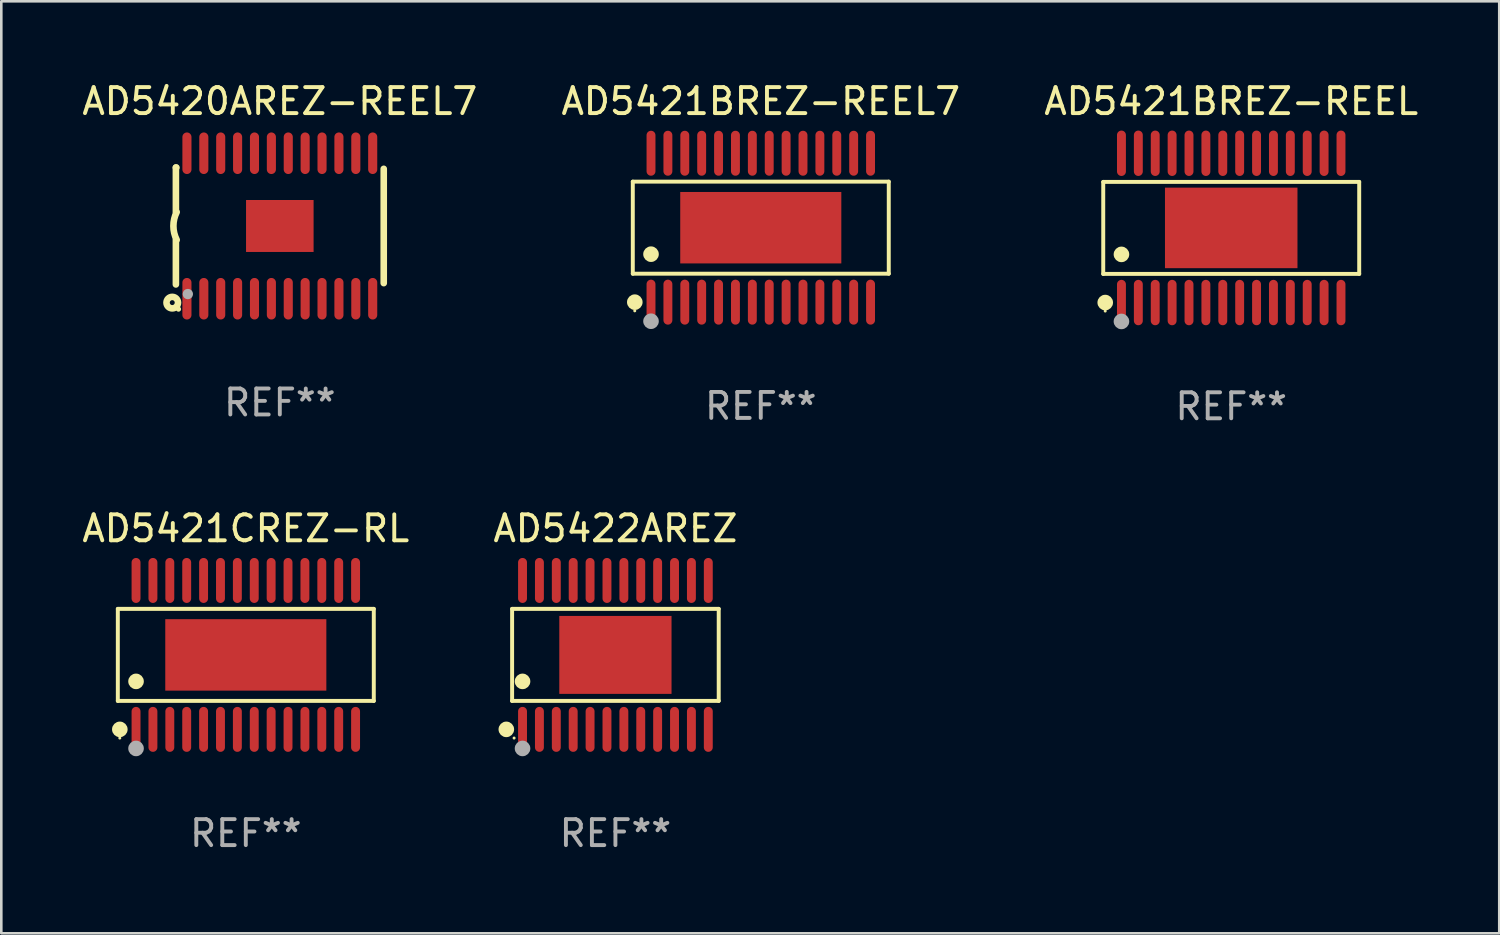
<source format=kicad_pcb>
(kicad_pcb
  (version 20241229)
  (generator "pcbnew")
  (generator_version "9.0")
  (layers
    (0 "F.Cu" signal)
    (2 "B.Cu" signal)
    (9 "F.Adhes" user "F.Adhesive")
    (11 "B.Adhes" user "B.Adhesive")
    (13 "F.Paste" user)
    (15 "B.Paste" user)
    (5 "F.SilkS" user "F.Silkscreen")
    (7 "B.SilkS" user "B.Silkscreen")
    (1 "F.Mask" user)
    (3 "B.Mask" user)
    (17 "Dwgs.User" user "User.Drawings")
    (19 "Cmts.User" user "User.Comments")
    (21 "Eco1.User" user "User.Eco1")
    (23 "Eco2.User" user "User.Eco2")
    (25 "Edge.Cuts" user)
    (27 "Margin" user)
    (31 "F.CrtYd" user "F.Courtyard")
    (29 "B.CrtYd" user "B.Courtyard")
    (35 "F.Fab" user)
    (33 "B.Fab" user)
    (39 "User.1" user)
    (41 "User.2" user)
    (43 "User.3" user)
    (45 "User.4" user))
  (footprint "AD5421BREZ-REEL7"
    (layer "F.Cu")
    (at 26.232 5.714)
    (property "Reference" "AD5421BREZ-REEL7" (at 0 -4.866 0) (layer "F.SilkS") (effects (font (size 1 1) (thickness 0.15))))
    (attr through_hole)
    (fp_line (start -4.926 -1.772) (end 4.926 -1.772) (stroke (width 0.152) (type solid)) (layer "F.SilkS"))
    (fp_line (start -4.926 1.771) (end -4.926 -1.772) (stroke (width 0.152) (type solid)) (layer "F.SilkS"))
    (fp_line (start 4.926 -1.772) (end 4.926 1.771) (stroke (width 0.152) (type solid)) (layer "F.SilkS"))
    (fp_line (start 4.926 1.771) (end -4.926 1.771) (stroke (width 0.152) (type solid)) (layer "F.SilkS"))
    (fp_circle (center -4.85 3.2) (end -4.82 3.2) (stroke (width 0.06) (type solid)) (fill no) (layer "F.SilkS"))
    (fp_circle (center -4.849 2.866) (end -4.699 2.866) (stroke (width 0.3) (type solid)) (fill no) (layer "F.SilkS"))
    (fp_circle (center -4.225 1.019) (end -4.075 1.019) (stroke (width 0.3) (type solid)) (fill no) (layer "F.SilkS"))
    (fp_circle (center -4.225 3.6) (end -4.075 3.6) (stroke (width 0.3) (type solid)) (fill no) (layer "F.Fab"))
    (fp_text user "REF**" (at 0 6.866 0) (layer "F.Fab") (effects (font (size 1 1) (thickness 0.15))))
    (pad "1" smd oval (at -4.225 2.866) (size 0.343 1.731) (layers "F.Cu" "F.Mask" "F.Paste"))
    (pad "2" smd oval (at -3.575 2.866) (size 0.343 1.731) (layers "F.Cu" "F.Mask" "F.Paste"))
    (pad "3" smd oval (at -2.925 2.866) (size 0.343 1.731) (layers "F.Cu" "F.Mask" "F.Paste"))
    (pad "4" smd oval (at -2.275 2.866) (size 0.343 1.731) (layers "F.Cu" "F.Mask" "F.Paste"))
    (pad "5" smd oval (at -1.625 2.866) (size 0.343 1.731) (layers "F.Cu" "F.Mask" "F.Paste"))
    (pad "6" smd oval (at -0.975 2.866) (size 0.343 1.731) (layers "F.Cu" "F.Mask" "F.Paste"))
    (pad "7" smd oval (at -0.325 2.866) (size 0.343 1.731) (layers "F.Cu" "F.Mask" "F.Paste"))
    (pad "8" smd oval (at 0.325 2.866) (size 0.343 1.731) (layers "F.Cu" "F.Mask" "F.Paste"))
    (pad "9" smd oval (at 0.975 2.866) (size 0.343 1.731) (layers "F.Cu" "F.Mask" "F.Paste"))
    (pad "10" smd oval (at 1.625 2.866) (size 0.343 1.731) (layers "F.Cu" "F.Mask" "F.Paste"))
    (pad "11" smd oval (at 2.275 2.866) (size 0.343 1.731) (layers "F.Cu" "F.Mask" "F.Paste"))
    (pad "12" smd oval (at 2.925 2.866) (size 0.343 1.731) (layers "F.Cu" "F.Mask" "F.Paste"))
    (pad "13" smd oval (at 3.575 2.866) (size 0.343 1.731) (layers "F.Cu" "F.Mask" "F.Paste"))
    (pad "14" smd oval (at 4.225 2.866) (size 0.343 1.731) (layers "F.Cu" "F.Mask" "F.Paste"))
    (pad "15" smd oval (at 4.225 -2.866) (size 0.343 1.731) (layers "F.Cu" "F.Mask" "F.Paste"))
    (pad "16" smd oval (at 3.575 -2.866) (size 0.343 1.731) (layers "F.Cu" "F.Mask" "F.Paste"))
    (pad "17" smd oval (at 2.925 -2.866) (size 0.343 1.731) (layers "F.Cu" "F.Mask" "F.Paste"))
    (pad "18" smd oval (at 2.275 -2.866) (size 0.343 1.731) (layers "F.Cu" "F.Mask" "F.Paste"))
    (pad "19" smd oval (at 1.625 -2.866) (size 0.343 1.731) (layers "F.Cu" "F.Mask" "F.Paste"))
    (pad "20" smd oval (at 0.975 -2.866) (size 0.343 1.731) (layers "F.Cu" "F.Mask" "F.Paste"))
    (pad "21" smd oval (at 0.325 -2.866) (size 0.343 1.731) (layers "F.Cu" "F.Mask" "F.Paste"))
    (pad "22" smd oval (at -0.325 -2.866) (size 0.343 1.731) (layers "F.Cu" "F.Mask" "F.Paste"))
    (pad "23" smd oval (at -0.975 -2.866) (size 0.343 1.731) (layers "F.Cu" "F.Mask" "F.Paste"))
    (pad "24" smd oval (at -1.625 -2.866) (size 0.343 1.731) (layers "F.Cu" "F.Mask" "F.Paste"))
    (pad "25" smd oval (at -2.275 -2.866) (size 0.343 1.731) (layers "F.Cu" "F.Mask" "F.Paste"))
    (pad "26" smd oval (at -2.925 -2.866) (size 0.343 1.731) (layers "F.Cu" "F.Mask" "F.Paste"))
    (pad "27" smd oval (at -3.575 -2.866) (size 0.343 1.731) (layers "F.Cu" "F.Mask" "F.Paste"))
    (pad "28" smd oval (at -4.225 -2.866) (size 0.343 1.731) (layers "F.Cu" "F.Mask" "F.Paste"))
    (pad "29" smd rect (at 0 -0.000127) (size 6.2 2.75) (layers "F.Cu" "F.Mask" "F.Paste")))
  (footprint "AD5422AREZ"
    (layer "F.Cu")
    (at 20.637 22.157)
    (property "Reference" "AD5422AREZ" (at 0 -4.866 0) (layer "F.SilkS") (effects (font (size 1 1) (thickness 0.15))))
    (attr through_hole)
    (fp_line (start -3.976 -1.772) (end 3.976 -1.772) (stroke (width 0.152) (type solid)) (layer "F.SilkS"))
    (fp_line (start -3.976 1.771) (end -3.976 -1.772) (stroke (width 0.152) (type solid)) (layer "F.SilkS"))
    (fp_line (start 3.976 -1.772) (end 3.976 1.771) (stroke (width 0.152) (type solid)) (layer "F.SilkS"))
    (fp_line (start 3.976 1.771) (end -3.976 1.771) (stroke (width 0.152) (type solid)) (layer "F.SilkS"))
    (fp_circle (center -4.199 2.866) (end -4.049 2.866) (stroke (width 0.3) (type solid)) (fill no) (layer "F.SilkS"))
    (fp_circle (center -3.9 3.2) (end -3.87 3.2) (stroke (width 0.06) (type solid)) (fill no) (layer "F.SilkS"))
    (fp_circle (center -3.575 1.019) (end -3.425 1.019) (stroke (width 0.3) (type solid)) (fill no) (layer "F.SilkS"))
    (fp_circle (center -3.575 3.6) (end -3.425 3.6) (stroke (width 0.3) (type solid)) (fill no) (layer "F.Fab"))
    (fp_text user "REF**" (at 0 6.866 0) (layer "F.Fab") (effects (font (size 1 1) (thickness 0.15))))
    (pad "1" smd oval (at -3.575 2.866) (size 0.343 1.731) (layers "F.Cu" "F.Mask" "F.Paste"))
    (pad "2" smd oval (at -2.925 2.866) (size 0.343 1.731) (layers "F.Cu" "F.Mask" "F.Paste"))
    (pad "3" smd oval (at -2.275 2.866) (size 0.343 1.731) (layers "F.Cu" "F.Mask" "F.Paste"))
    (pad "4" smd oval (at -1.625 2.866) (size 0.343 1.731) (layers "F.Cu" "F.Mask" "F.Paste"))
    (pad "5" smd oval (at -0.975 2.866) (size 0.343 1.731) (layers "F.Cu" "F.Mask" "F.Paste"))
    (pad "6" smd oval (at -0.325 2.866) (size 0.343 1.731) (layers "F.Cu" "F.Mask" "F.Paste"))
    (pad "7" smd oval (at 0.325 2.866) (size 0.343 1.731) (layers "F.Cu" "F.Mask" "F.Paste"))
    (pad "8" smd oval (at 0.975 2.866) (size 0.343 1.731) (layers "F.Cu" "F.Mask" "F.Paste"))
    (pad "9" smd oval (at 1.625 2.866) (size 0.343 1.731) (layers "F.Cu" "F.Mask" "F.Paste"))
    (pad "10" smd oval (at 2.275 2.866) (size 0.343 1.731) (layers "F.Cu" "F.Mask" "F.Paste"))
    (pad "11" smd oval (at 2.925 2.866) (size 0.343 1.731) (layers "F.Cu" "F.Mask" "F.Paste"))
    (pad "12" smd oval (at 3.575 2.866) (size 0.343 1.731) (layers "F.Cu" "F.Mask" "F.Paste"))
    (pad "13" smd oval (at 3.575 -2.866) (size 0.343 1.731) (layers "F.Cu" "F.Mask" "F.Paste"))
    (pad "14" smd oval (at 2.925 -2.866) (size 0.343 1.731) (layers "F.Cu" "F.Mask" "F.Paste"))
    (pad "15" smd oval (at 2.275 -2.866) (size 0.343 1.731) (layers "F.Cu" "F.Mask" "F.Paste"))
    (pad "16" smd oval (at 1.625 -2.866) (size 0.343 1.731) (layers "F.Cu" "F.Mask" "F.Paste"))
    (pad "17" smd oval (at 0.975 -2.866) (size 0.343 1.731) (layers "F.Cu" "F.Mask" "F.Paste"))
    (pad "18" smd oval (at 0.325 -2.866) (size 0.343 1.731) (layers "F.Cu" "F.Mask" "F.Paste"))
    (pad "19" smd oval (at -0.325 -2.866) (size 0.343 1.731) (layers "F.Cu" "F.Mask" "F.Paste"))
    (pad "20" smd oval (at -0.975 -2.866) (size 0.343 1.731) (layers "F.Cu" "F.Mask" "F.Paste"))
    (pad "21" smd oval (at -1.625 -2.866) (size 0.343 1.731) (layers "F.Cu" "F.Mask" "F.Paste"))
    (pad "22" smd oval (at -2.275 -2.866) (size 0.343 1.731) (layers "F.Cu" "F.Mask" "F.Paste"))
    (pad "23" smd oval (at -2.925 -2.866) (size 0.343 1.731) (layers "F.Cu" "F.Mask" "F.Paste"))
    (pad "24" smd oval (at -3.575 -2.866) (size 0.343 1.731) (layers "F.Cu" "F.Mask" "F.Paste"))
    (pad "25" smd rect (at 0 -0.000127) (size 4.32 3) (layers "F.Cu" "F.Mask" "F.Paste")))
  (footprint "AD5421CREZ-RL"
    (layer "F.Cu")
    (at 6.411 22.157)
    (property "Reference" "AD5421CREZ-RL" (at 0 -4.866 0) (layer "F.SilkS") (effects (font (size 1 1) (thickness 0.15))))
    (attr through_hole)
    (fp_line (start -4.926 -1.772) (end 4.926 -1.772) (stroke (width 0.152) (type solid)) (layer "F.SilkS"))
    (fp_line (start -4.926 1.771) (end -4.926 -1.772) (stroke (width 0.152) (type solid)) (layer "F.SilkS"))
    (fp_line (start 4.926 -1.772) (end 4.926 1.771) (stroke (width 0.152) (type solid)) (layer "F.SilkS"))
    (fp_line (start 4.926 1.771) (end -4.926 1.771) (stroke (width 0.152) (type solid)) (layer "F.SilkS"))
    (fp_circle (center -4.85 3.2) (end -4.82 3.2) (stroke (width 0.06) (type solid)) (fill no) (layer "F.SilkS"))
    (fp_circle (center -4.849 2.866) (end -4.699 2.866) (stroke (width 0.3) (type solid)) (fill no) (layer "F.SilkS"))
    (fp_circle (center -4.225 1.019) (end -4.075 1.019) (stroke (width 0.3) (type solid)) (fill no) (layer "F.SilkS"))
    (fp_circle (center -4.225 3.6) (end -4.075 3.6) (stroke (width 0.3) (type solid)) (fill no) (layer "F.Fab"))
    (fp_text user "REF**" (at 0 6.866 0) (layer "F.Fab") (effects (font (size 1 1) (thickness 0.15))))
    (pad "1" smd oval (at -4.225 2.866) (size 0.343 1.731) (layers "F.Cu" "F.Mask" "F.Paste"))
    (pad "2" smd oval (at -3.575 2.866) (size 0.343 1.731) (layers "F.Cu" "F.Mask" "F.Paste"))
    (pad "3" smd oval (at -2.925 2.866) (size 0.343 1.731) (layers "F.Cu" "F.Mask" "F.Paste"))
    (pad "4" smd oval (at -2.275 2.866) (size 0.343 1.731) (layers "F.Cu" "F.Mask" "F.Paste"))
    (pad "5" smd oval (at -1.625 2.866) (size 0.343 1.731) (layers "F.Cu" "F.Mask" "F.Paste"))
    (pad "6" smd oval (at -0.975 2.866) (size 0.343 1.731) (layers "F.Cu" "F.Mask" "F.Paste"))
    (pad "7" smd oval (at -0.325 2.866) (size 0.343 1.731) (layers "F.Cu" "F.Mask" "F.Paste"))
    (pad "8" smd oval (at 0.325 2.866) (size 0.343 1.731) (layers "F.Cu" "F.Mask" "F.Paste"))
    (pad "9" smd oval (at 0.975 2.866) (size 0.343 1.731) (layers "F.Cu" "F.Mask" "F.Paste"))
    (pad "10" smd oval (at 1.625 2.866) (size 0.343 1.731) (layers "F.Cu" "F.Mask" "F.Paste"))
    (pad "11" smd oval (at 2.275 2.866) (size 0.343 1.731) (layers "F.Cu" "F.Mask" "F.Paste"))
    (pad "12" smd oval (at 2.925 2.866) (size 0.343 1.731) (layers "F.Cu" "F.Mask" "F.Paste"))
    (pad "13" smd oval (at 3.575 2.866) (size 0.343 1.731) (layers "F.Cu" "F.Mask" "F.Paste"))
    (pad "14" smd oval (at 4.225 2.866) (size 0.343 1.731) (layers "F.Cu" "F.Mask" "F.Paste"))
    (pad "15" smd oval (at 4.225 -2.866) (size 0.343 1.731) (layers "F.Cu" "F.Mask" "F.Paste"))
    (pad "16" smd oval (at 3.575 -2.866) (size 0.343 1.731) (layers "F.Cu" "F.Mask" "F.Paste"))
    (pad "17" smd oval (at 2.925 -2.866) (size 0.343 1.731) (layers "F.Cu" "F.Mask" "F.Paste"))
    (pad "18" smd oval (at 2.275 -2.866) (size 0.343 1.731) (layers "F.Cu" "F.Mask" "F.Paste"))
    (pad "19" smd oval (at 1.625 -2.866) (size 0.343 1.731) (layers "F.Cu" "F.Mask" "F.Paste"))
    (pad "20" smd oval (at 0.975 -2.866) (size 0.343 1.731) (layers "F.Cu" "F.Mask" "F.Paste"))
    (pad "21" smd oval (at 0.325 -2.866) (size 0.343 1.731) (layers "F.Cu" "F.Mask" "F.Paste"))
    (pad "22" smd oval (at -0.325 -2.866) (size 0.343 1.731) (layers "F.Cu" "F.Mask" "F.Paste"))
    (pad "23" smd oval (at -0.975 -2.866) (size 0.343 1.731) (layers "F.Cu" "F.Mask" "F.Paste"))
    (pad "24" smd oval (at -1.625 -2.866) (size 0.343 1.731) (layers "F.Cu" "F.Mask" "F.Paste"))
    (pad "25" smd oval (at -2.275 -2.866) (size 0.343 1.731) (layers "F.Cu" "F.Mask" "F.Paste"))
    (pad "26" smd oval (at -2.925 -2.866) (size 0.343 1.731) (layers "F.Cu" "F.Mask" "F.Paste"))
    (pad "27" smd oval (at -3.575 -2.866) (size 0.343 1.731) (layers "F.Cu" "F.Mask" "F.Paste"))
    (pad "28" smd oval (at -4.225 -2.866) (size 0.343 1.731) (layers "F.Cu" "F.Mask" "F.Paste"))
    (pad "29" smd rect (at 0 -0.000127) (size 6.2 2.75) (layers "F.Cu" "F.Mask" "F.Paste")))
  (footprint "AD5420AREZ-REEL7"
    (layer "F.Cu")
    (at 7.72 5.648)
    (property "Reference" "AD5420AREZ-REEL7" (at 0 -4.8 0) (layer "F.SilkS") (effects (font (size 1 1) (thickness 0.15))))
    (attr through_hole)
    (fp_line (start -4 -2.25) (end -3.981 -2.25) (stroke (width 0.254) (type solid)) (layer "F.SilkS"))
    (fp_line (start -4 -0.533) (end -4 -2.25) (stroke (width 0.254) (type solid)) (layer "F.SilkS"))
    (fp_line (start -4 2.25) (end -4 0.533) (stroke (width 0.254) (type solid)) (layer "F.SilkS"))
    (fp_line (start 4 -2.2) (end 4 2.2) (stroke (width 0.254) (type solid)) (layer "F.SilkS"))
    (fp_arc (start -3.970041 0.533401) (mid -4.09596 0) (end -3.970041 -0.533401) (stroke (width 0.254001) (type solid)) (layer "F.SilkS"))
    (fp_circle (center -4.14 2.95) (end -4.045 2.95) (stroke (width 0.254) (type solid)) (fill no) (layer "F.SilkS"))
    (fp_circle (center -3.9 3.2) (end -3.85 3.2) (stroke (width 0.1) (type solid)) (fill no) (layer "F.SilkS"))
    (fp_circle (center -3.54 2.62) (end -3.44 2.62) (stroke (width 0.2) (type solid)) (fill no) (layer "F.Fab"))
    (fp_text user "REF**" (at 0 6.8 0) (layer "F.Fab") (effects (font (size 1 1) (thickness 0.15))))
    (pad "1" smd oval (at -3.575 2.8 180) (size 0.35 1.6) (layers "F.Cu" "F.Mask" "F.Paste"))
    (pad "2" smd oval (at -2.925 2.8 180) (size 0.35 1.6) (layers "F.Cu" "F.Mask" "F.Paste"))
    (pad "3" smd oval (at -2.275 2.8 180) (size 0.35 1.6) (layers "F.Cu" "F.Mask" "F.Paste"))
    (pad "4" smd oval (at -1.625 2.8 180) (size 0.35 1.6) (layers "F.Cu" "F.Mask" "F.Paste"))
    (pad "5" smd oval (at -0.975 2.8 180) (size 0.35 1.6) (layers "F.Cu" "F.Mask" "F.Paste"))
    (pad "6" smd oval (at -0.325 2.8 180) (size 0.35 1.6) (layers "F.Cu" "F.Mask" "F.Paste"))
    (pad "7" smd oval (at 0.325 2.8 180) (size 0.35 1.6) (layers "F.Cu" "F.Mask" "F.Paste"))
    (pad "8" smd oval (at 0.975 2.8 180) (size 0.35 1.6) (layers "F.Cu" "F.Mask" "F.Paste"))
    (pad "9" smd oval (at 1.625 2.8 180) (size 0.35 1.6) (layers "F.Cu" "F.Mask" "F.Paste"))
    (pad "10" smd oval (at 2.275 2.8 180) (size 0.35 1.6) (layers "F.Cu" "F.Mask" "F.Paste"))
    (pad "11" smd oval (at 2.925 2.8 180) (size 0.35 1.6) (layers "F.Cu" "F.Mask" "F.Paste"))
    (pad "12" smd oval (at 3.575 2.8 180) (size 0.35 1.6) (layers "F.Cu" "F.Mask" "F.Paste"))
    (pad "13" smd oval (at 3.575 -2.8 180) (size 0.35 1.6) (layers "F.Cu" "F.Mask" "F.Paste"))
    (pad "14" smd oval (at 2.925 -2.8 180) (size 0.35 1.6) (layers "F.Cu" "F.Mask" "F.Paste"))
    (pad "15" smd oval (at 2.275 -2.8 180) (size 0.35 1.6) (layers "F.Cu" "F.Mask" "F.Paste"))
    (pad "16" smd oval (at 1.625 -2.8 180) (size 0.35 1.6) (layers "F.Cu" "F.Mask" "F.Paste"))
    (pad "17" smd oval (at 0.975 -2.8 180) (size 0.35 1.6) (layers "F.Cu" "F.Mask" "F.Paste"))
    (pad "18" smd oval (at 0.325 -2.8 180) (size 0.35 1.6) (layers "F.Cu" "F.Mask" "F.Paste"))
    (pad "19" smd oval (at -0.325 -2.8 180) (size 0.35 1.6) (layers "F.Cu" "F.Mask" "F.Paste"))
    (pad "20" smd oval (at -0.975 -2.8 180) (size 0.35 1.6) (layers "F.Cu" "F.Mask" "F.Paste"))
    (pad "21" smd oval (at -1.625 -2.8 180) (size 0.35 1.6) (layers "F.Cu" "F.Mask" "F.Paste"))
    (pad "22" smd oval (at -2.275 -2.8 180) (size 0.35 1.6) (layers "F.Cu" "F.Mask" "F.Paste"))
    (pad "23" smd oval (at -2.925 -2.8 180) (size 0.35 1.6) (layers "F.Cu" "F.Mask" "F.Paste"))
    (pad "24" smd oval (at -3.575 -2.8 180) (size 0.35 1.6) (layers "F.Cu" "F.Mask" "F.Paste"))
    (pad "25" smd rect (at -0.000013 0 180) (size 2.6 2) (layers "F.Cu" "F.Mask" "F.Paste")))
  (footprint "AD5421BREZ-REEL"
    (layer "F.Cu")
    (at 44.339 5.722)
    (property "Reference" "AD5421BREZ-REEL" (at 0 -4.873 0) (layer "F.SilkS") (effects (font (size 1 1) (thickness 0.15))))
    (attr through_hole)
    (fp_line (start -4.926 -1.771) (end 4.926 -1.771) (stroke (width 0.152) (type solid)) (layer "F.SilkS"))
    (fp_line (start -4.926 1.771) (end -4.926 -1.771) (stroke (width 0.152) (type solid)) (layer "F.SilkS"))
    (fp_line (start 4.926 -1.771) (end 4.926 1.771) (stroke (width 0.152) (type solid)) (layer "F.SilkS"))
    (fp_line (start 4.926 1.771) (end -4.926 1.771) (stroke (width 0.152) (type solid)) (layer "F.SilkS"))
    (fp_circle (center -4.85 3.2) (end -4.82 3.2) (stroke (width 0.06) (type solid)) (fill no) (layer "F.SilkS"))
    (fp_circle (center -4.849 2.873) (end -4.699 2.873) (stroke (width 0.3) (type solid)) (fill no) (layer "F.SilkS"))
    (fp_circle (center -4.225 1.019) (end -4.075 1.019) (stroke (width 0.3) (type solid)) (fill no) (layer "F.SilkS"))
    (fp_circle (center -4.225 3.6) (end -4.075 3.6) (stroke (width 0.3) (type solid)) (fill no) (layer "F.Fab"))
    (fp_text user "REF**" (at 0 6.873 0) (layer "F.Fab") (effects (font (size 1 1) (thickness 0.15))))
    (pad "1" smd oval (at -4.225 2.873) (size 0.343 1.747) (layers "F.Cu" "F.Mask" "F.Paste"))
    (pad "2" smd oval (at -3.575 2.873) (size 0.343 1.747) (layers "F.Cu" "F.Mask" "F.Paste"))
    (pad "3" smd oval (at -2.925 2.873) (size 0.343 1.747) (layers "F.Cu" "F.Mask" "F.Paste"))
    (pad "4" smd oval (at -2.275 2.873) (size 0.343 1.747) (layers "F.Cu" "F.Mask" "F.Paste"))
    (pad "5" smd oval (at -1.625 2.873) (size 0.343 1.747) (layers "F.Cu" "F.Mask" "F.Paste"))
    (pad "6" smd oval (at -0.975 2.873) (size 0.343 1.747) (layers "F.Cu" "F.Mask" "F.Paste"))
    (pad "7" smd oval (at -0.325 2.873) (size 0.343 1.747) (layers "F.Cu" "F.Mask" "F.Paste"))
    (pad "8" smd oval (at 0.325 2.873) (size 0.343 1.747) (layers "F.Cu" "F.Mask" "F.Paste"))
    (pad "9" smd oval (at 0.975 2.873) (size 0.343 1.747) (layers "F.Cu" "F.Mask" "F.Paste"))
    (pad "10" smd oval (at 1.625 2.873) (size 0.343 1.747) (layers "F.Cu" "F.Mask" "F.Paste"))
    (pad "11" smd oval (at 2.275 2.873) (size 0.343 1.747) (layers "F.Cu" "F.Mask" "F.Paste"))
    (pad "12" smd oval (at 2.925 2.873) (size 0.343 1.747) (layers "F.Cu" "F.Mask" "F.Paste"))
    (pad "13" smd oval (at 3.575 2.873) (size 0.343 1.747) (layers "F.Cu" "F.Mask" "F.Paste"))
    (pad "14" smd oval (at 4.225 2.873) (size 0.343 1.747) (layers "F.Cu" "F.Mask" "F.Paste"))
    (pad "15" smd oval (at 4.225 -2.873) (size 0.343 1.747) (layers "F.Cu" "F.Mask" "F.Paste"))
    (pad "16" smd oval (at 3.575 -2.873) (size 0.343 1.747) (layers "F.Cu" "F.Mask" "F.Paste"))
    (pad "17" smd oval (at 2.925 -2.873) (size 0.343 1.747) (layers "F.Cu" "F.Mask" "F.Paste"))
    (pad "18" smd oval (at 2.275 -2.873) (size 0.343 1.747) (layers "F.Cu" "F.Mask" "F.Paste"))
    (pad "19" smd oval (at 1.625 -2.873) (size 0.343 1.747) (layers "F.Cu" "F.Mask" "F.Paste"))
    (pad "20" smd oval (at 0.975 -2.873) (size 0.343 1.747) (layers "F.Cu" "F.Mask" "F.Paste"))
    (pad "21" smd oval (at 0.325 -2.873) (size 0.343 1.747) (layers "F.Cu" "F.Mask" "F.Paste"))
    (pad "22" smd oval (at -0.325 -2.873) (size 0.343 1.747) (layers "F.Cu" "F.Mask" "F.Paste"))
    (pad "23" smd oval (at -0.975 -2.873) (size 0.343 1.747) (layers "F.Cu" "F.Mask" "F.Paste"))
    (pad "24" smd oval (at -1.625 -2.873) (size 0.343 1.747) (layers "F.Cu" "F.Mask" "F.Paste"))
    (pad "25" smd oval (at -2.275 -2.873) (size 0.343 1.747) (layers "F.Cu" "F.Mask" "F.Paste"))
    (pad "26" smd oval (at -2.925 -2.873) (size 0.343 1.747) (layers "F.Cu" "F.Mask" "F.Paste"))
    (pad "27" smd oval (at -3.575 -2.873) (size 0.343 1.747) (layers "F.Cu" "F.Mask" "F.Paste"))
    (pad "28" smd oval (at -4.225 -2.873) (size 0.343 1.747) (layers "F.Cu" "F.Mask" "F.Paste"))
    (pad "29" smd rect (at 0 0) (size 5.1 3.1) (layers "F.Cu" "F.Mask" "F.Paste")))
  (gr_rect
    (start -3 -3)
    (end 54.655 32.871)
    (stroke (width 0.1) (type default))
    (fill no)
    (layer "Edge.Cuts")))
</source>
